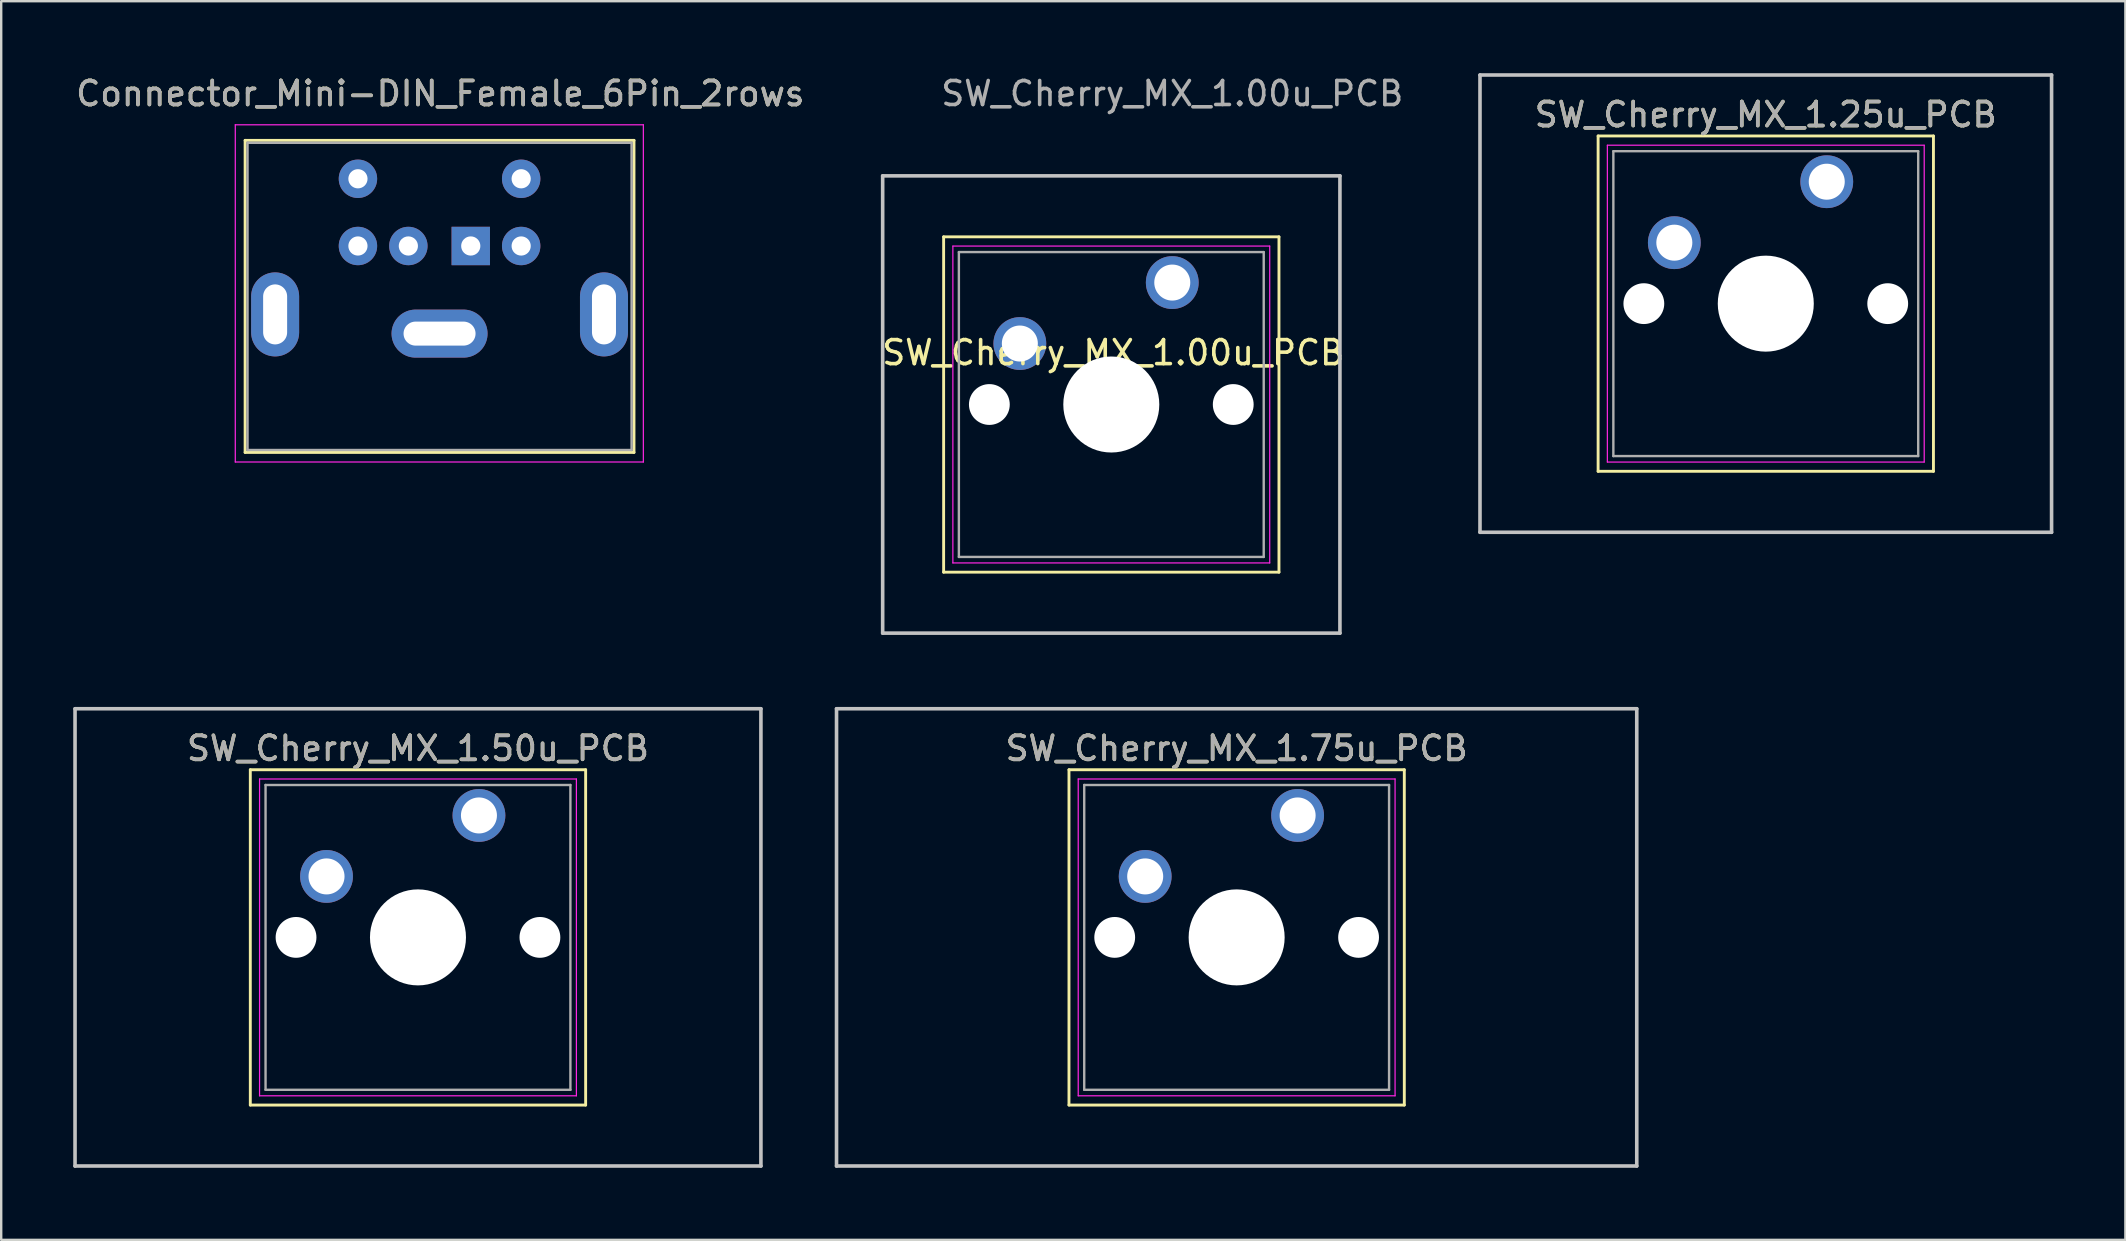
<source format=kicad_pcb>
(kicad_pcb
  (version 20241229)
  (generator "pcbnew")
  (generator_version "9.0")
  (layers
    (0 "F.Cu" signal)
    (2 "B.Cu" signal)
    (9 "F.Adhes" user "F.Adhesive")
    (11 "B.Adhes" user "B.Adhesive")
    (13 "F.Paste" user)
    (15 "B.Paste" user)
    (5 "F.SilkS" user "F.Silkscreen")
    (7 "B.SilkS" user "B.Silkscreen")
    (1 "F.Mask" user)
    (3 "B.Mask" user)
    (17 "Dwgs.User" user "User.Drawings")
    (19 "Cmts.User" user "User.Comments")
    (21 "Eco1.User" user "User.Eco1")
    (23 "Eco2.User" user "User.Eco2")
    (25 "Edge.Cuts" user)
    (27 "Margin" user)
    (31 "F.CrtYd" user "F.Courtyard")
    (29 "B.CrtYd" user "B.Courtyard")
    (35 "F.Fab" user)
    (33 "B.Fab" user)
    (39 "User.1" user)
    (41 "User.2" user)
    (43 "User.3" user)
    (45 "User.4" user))
  (footprint "SW_Cherry_MX_1.50u_PCB"
    (layer "F.Cu")
    (at 14.363 36.002)
    (property "Reference" "SW_Cherry_MX_1.50u_PCB" (at 0 -7.874 0) (layer "F.SilkS") (effects (font (size 1 1) (thickness 0.15))))
    (attr through_hole)
    (fp_line (start -6.985 -6.985) (end 6.985 -6.985) (stroke (width 0.12) (type solid)) (layer "F.SilkS"))
    (fp_line (start -6.985 6.985) (end -6.985 -6.985) (stroke (width 0.12) (type solid)) (layer "F.SilkS"))
    (fp_line (start 6.985 -6.985) (end 6.985 6.985) (stroke (width 0.12) (type solid)) (layer "F.SilkS"))
    (fp_line (start 6.985 6.985) (end -6.985 6.985) (stroke (width 0.12) (type solid)) (layer "F.SilkS"))
    (fp_line (start -14.287 -9.525) (end 14.287 -9.525) (stroke (width 0.15) (type solid)) (layer "Dwgs.User"))
    (fp_line (start -14.287 9.525) (end -14.287 -9.525) (stroke (width 0.15) (type solid)) (layer "Dwgs.User"))
    (fp_line (start 14.287 -9.525) (end 14.287 9.525) (stroke (width 0.15) (type solid)) (layer "Dwgs.User"))
    (fp_line (start 14.287 9.525) (end -14.287 9.525) (stroke (width 0.15) (type solid)) (layer "Dwgs.User"))
    (fp_line (start -6.6 -6.6) (end 6.6 -6.6) (stroke (width 0.05) (type solid)) (layer "F.CrtYd"))
    (fp_line (start -6.6 6.6) (end -6.6 -6.6) (stroke (width 0.05) (type solid)) (layer "F.CrtYd"))
    (fp_line (start 6.6 -6.6) (end 6.6 6.6) (stroke (width 0.05) (type solid)) (layer "F.CrtYd"))
    (fp_line (start 6.6 6.6) (end -6.6 6.6) (stroke (width 0.05) (type solid)) (layer "F.CrtYd"))
    (fp_line (start -6.35 -6.35) (end 6.35 -6.35) (stroke (width 0.1) (type solid)) (layer "F.Fab"))
    (fp_line (start -6.35 6.35) (end -6.35 -6.35) (stroke (width 0.1) (type solid)) (layer "F.Fab"))
    (fp_line (start 6.35 -6.35) (end 6.35 6.35) (stroke (width 0.1) (type solid)) (layer "F.Fab"))
    (fp_line (start 6.35 6.35) (end -6.35 6.35) (stroke (width 0.1) (type solid)) (layer "F.Fab"))
    (fp_text user "${REFERENCE}" (at 0 -7.874 0) (layer "F.Fab") (effects (font (size 1 1) (thickness 0.15))))
    (pad "" np_thru_hole circle (at -5.08 0) (size 1.7 1.7) (drill 1.7) (layers "*.Cu" "*.Mask"))
    (pad "" np_thru_hole circle (at 0 0) (size 4 4) (drill 4) (layers "*.Cu" "*.Mask"))
    (pad "" np_thru_hole circle (at 5.08 0) (size 1.7 1.7) (drill 1.7) (layers "*.Cu" "*.Mask"))
    (pad "1" thru_hole circle (at 2.54 -5.08) (size 2.2 2.2) (drill 1.5) (layers "*.Cu" "*.Mask"))
    (pad "2" thru_hole circle (at -3.81 -2.54) (size 2.2 2.2) (drill 1.5) (layers "*.Cu" "*.Mask")))
  (footprint "Connector_Mini-DIN_Female_6Pin_2rows"
    (layer "F.Cu")
    (at 15.262 9.298)
    (property "Reference" "Connector_Mini-DIN_Female_6Pin_2rows" (at 0.03 -8.45 0) (layer "F.SilkS") (effects (font (size 1 1) (thickness 0.15))))
    (attr through_hole)
    (fp_line (start -8.1 -6.5) (end -8.1 6.5) (stroke (width 0.12) (type solid)) (layer "F.SilkS"))
    (fp_line (start -8.1 -6.5) (end 8.1 -6.5) (stroke (width 0.12) (type solid)) (layer "F.SilkS"))
    (fp_line (start -8.1 6.5) (end 8.1 6.5) (stroke (width 0.12) (type solid)) (layer "F.SilkS"))
    (fp_line (start 8.1 -6.5) (end 8.1 6.5) (stroke (width 0.12) (type solid)) (layer "F.SilkS"))
    (fp_line (start -8.51 -7.15) (end -8.51 6.9) (stroke (width 0.05) (type solid)) (layer "F.CrtYd"))
    (fp_line (start -8.51 -7.15) (end 8.49 -7.15) (stroke (width 0.05) (type solid)) (layer "F.CrtYd"))
    (fp_line (start 8.49 6.9) (end -8.51 6.9) (stroke (width 0.05) (type solid)) (layer "F.CrtYd"))
    (fp_line (start 8.49 6.9) (end 8.49 -7.15) (stroke (width 0.05) (type solid)) (layer "F.CrtYd"))
    (fp_line (start -8 -6.4) (end 8 -6.4) (stroke (width 0.1) (type solid)) (layer "F.Fab"))
    (fp_line (start -8 6.4) (end -8 -6.4) (stroke (width 0.1) (type solid)) (layer "F.Fab"))
    (fp_line (start 8 -6.4) (end 8 6.4) (stroke (width 0.1) (type solid)) (layer "F.Fab"))
    (fp_line (start 8 6.4) (end -8 6.4) (stroke (width 0.1) (type solid)) (layer "F.Fab"))
    (fp_text user "${REFERENCE}" (at 0.03 -8.45 0) (layer "F.Fab") (effects (font (size 1 1) (thickness 0.15))))
    (pad "1" thru_hole rect (at 1.3 -2.1) (size 1.6 1.6) (drill 0.8) (layers "*.Cu" "*.Mask"))
    (pad "2" thru_hole circle (at -1.3 -2.1) (size 1.6 1.6) (drill 0.8) (layers "*.Cu" "*.Mask"))
    (pad "3" thru_hole circle (at 3.4 -2.1) (size 1.6 1.6) (drill 0.8) (layers "*.Cu" "*.Mask"))
    (pad "4" thru_hole circle (at -3.4 -2.1) (size 1.6 1.6) (drill 0.8) (layers "*.Cu" "*.Mask"))
    (pad "5" thru_hole circle (at 3.4 -4.9) (size 1.6 1.6) (drill 0.8) (layers "*.Cu" "*.Mask"))
    (pad "6" thru_hole circle (at -3.4 -4.9) (size 1.6 1.6) (drill 0.8) (layers "*.Cu" "*.Mask"))
    (pad "7" thru_hole oval (at -6.85 0.75) (size 2 3.5) (drill oval 1 2.5) (layers "*.Cu" "*.Mask"))
    (pad "7" thru_hole oval (at 0 1.55) (size 4 2) (drill oval 3 1) (layers "*.Cu" "*.Mask"))
    (pad "7" thru_hole oval (at 6.85 0.75) (size 2 3.5) (drill oval 1 2.5) (layers "*.Cu" "*.Mask")))
  (footprint "SW_Cherry_MX_1.00u_PCB"
    (layer "F.Cu")
    (at 43.247 13.802)
    (property "Reference" "SW_Cherry_MX_1.00u_PCB" (at 0.08 -2.16 0) (layer "F.SilkS") (effects (font (size 1 1) (thickness 0.15))))
    (attr through_hole)
    (fp_line (start -6.985 -6.985) (end 6.985 -6.985) (stroke (width 0.12) (type solid)) (layer "F.SilkS"))
    (fp_line (start -6.985 6.985) (end -6.985 -6.985) (stroke (width 0.12) (type solid)) (layer "F.SilkS"))
    (fp_line (start 6.985 -6.985) (end 6.985 6.985) (stroke (width 0.12) (type solid)) (layer "F.SilkS"))
    (fp_line (start 6.985 6.985) (end -6.985 6.985) (stroke (width 0.12) (type solid)) (layer "F.SilkS"))
    (fp_line (start -9.525 -9.525) (end 9.525 -9.525) (stroke (width 0.15) (type solid)) (layer "Dwgs.User"))
    (fp_line (start -9.525 9.525) (end -9.525 -9.525) (stroke (width 0.15) (type solid)) (layer "Dwgs.User"))
    (fp_line (start 9.525 -9.525) (end 9.525 9.525) (stroke (width 0.15) (type solid)) (layer "Dwgs.User"))
    (fp_line (start 9.525 9.525) (end -9.525 9.525) (stroke (width 0.15) (type solid)) (layer "Dwgs.User"))
    (fp_line (start -6.6 -6.6) (end 6.6 -6.6) (stroke (width 0.05) (type solid)) (layer "F.CrtYd"))
    (fp_line (start -6.6 6.6) (end -6.6 -6.6) (stroke (width 0.05) (type solid)) (layer "F.CrtYd"))
    (fp_line (start 6.6 -6.6) (end 6.6 6.6) (stroke (width 0.05) (type solid)) (layer "F.CrtYd"))
    (fp_line (start 6.6 6.6) (end -6.6 6.6) (stroke (width 0.05) (type solid)) (layer "F.CrtYd"))
    (fp_line (start -6.35 -6.35) (end 6.35 -6.35) (stroke (width 0.1) (type solid)) (layer "F.Fab"))
    (fp_line (start -6.35 6.35) (end -6.35 -6.35) (stroke (width 0.1) (type solid)) (layer "F.Fab"))
    (fp_line (start 6.35 -6.35) (end 6.35 6.35) (stroke (width 0.1) (type solid)) (layer "F.Fab"))
    (fp_line (start 6.35 6.35) (end -6.35 6.35) (stroke (width 0.1) (type solid)) (layer "F.Fab"))
    (fp_text user "${REFERENCE}" (at 2.54 -12.954 0) (layer "F.Fab") (effects (font (size 1 1) (thickness 0.15))))
    (pad "" np_thru_hole circle (at -5.08 0) (size 1.7 1.7) (drill 1.7) (layers "*.Cu" "*.Mask"))
    (pad "" np_thru_hole circle (at 0 0) (size 4 4) (drill 4) (layers "*.Cu" "*.Mask"))
    (pad "" np_thru_hole circle (at 5.08 0) (size 1.7 1.7) (drill 1.7) (layers "*.Cu" "*.Mask"))
    (pad "1" thru_hole circle (at 2.54 -5.08) (size 2.2 2.2) (drill 1.5) (layers "*.Cu" "*.Mask"))
    (pad "2" thru_hole circle (at -3.81 -2.54) (size 2.2 2.2) (drill 1.5) (layers "*.Cu" "*.Mask")))
  (footprint "SW_Cherry_MX_1.75u_PCB"
    (layer "F.Cu")
    (at 48.469 36.002)
    (property "Reference" "SW_Cherry_MX_1.75u_PCB" (at 0 -7.874 0) (layer "F.SilkS") (effects (font (size 1 1) (thickness 0.15))))
    (attr through_hole)
    (fp_line (start -6.985 -6.985) (end 6.985 -6.985) (stroke (width 0.12) (type solid)) (layer "F.SilkS"))
    (fp_line (start -6.985 6.985) (end -6.985 -6.985) (stroke (width 0.12) (type solid)) (layer "F.SilkS"))
    (fp_line (start 6.985 -6.985) (end 6.985 6.985) (stroke (width 0.12) (type solid)) (layer "F.SilkS"))
    (fp_line (start 6.985 6.985) (end -6.985 6.985) (stroke (width 0.12) (type solid)) (layer "F.SilkS"))
    (fp_line (start -16.669 -9.525) (end 16.669 -9.525) (stroke (width 0.15) (type solid)) (layer "Dwgs.User"))
    (fp_line (start -16.669 9.525) (end -16.669 -9.525) (stroke (width 0.15) (type solid)) (layer "Dwgs.User"))
    (fp_line (start 16.669 -9.525) (end 16.669 9.525) (stroke (width 0.15) (type solid)) (layer "Dwgs.User"))
    (fp_line (start 16.669 9.525) (end -16.669 9.525) (stroke (width 0.15) (type solid)) (layer "Dwgs.User"))
    (fp_line (start -6.6 -6.6) (end 6.6 -6.6) (stroke (width 0.05) (type solid)) (layer "F.CrtYd"))
    (fp_line (start -6.6 6.6) (end -6.6 -6.6) (stroke (width 0.05) (type solid)) (layer "F.CrtYd"))
    (fp_line (start 6.6 -6.6) (end 6.6 6.6) (stroke (width 0.05) (type solid)) (layer "F.CrtYd"))
    (fp_line (start 6.6 6.6) (end -6.6 6.6) (stroke (width 0.05) (type solid)) (layer "F.CrtYd"))
    (fp_line (start -6.35 -6.35) (end 6.35 -6.35) (stroke (width 0.1) (type solid)) (layer "F.Fab"))
    (fp_line (start -6.35 6.35) (end -6.35 -6.35) (stroke (width 0.1) (type solid)) (layer "F.Fab"))
    (fp_line (start 6.35 -6.35) (end 6.35 6.35) (stroke (width 0.1) (type solid)) (layer "F.Fab"))
    (fp_line (start 6.35 6.35) (end -6.35 6.35) (stroke (width 0.1) (type solid)) (layer "F.Fab"))
    (fp_text user "${REFERENCE}" (at 0 -7.874 0) (layer "F.Fab") (effects (font (size 1 1) (thickness 0.15))))
    (pad "" np_thru_hole circle (at -5.08 0) (size 1.7 1.7) (drill 1.7) (layers "*.Cu" "*.Mask"))
    (pad "" np_thru_hole circle (at 0 0) (size 4 4) (drill 4) (layers "*.Cu" "*.Mask"))
    (pad "" np_thru_hole circle (at 5.08 0) (size 1.7 1.7) (drill 1.7) (layers "*.Cu" "*.Mask"))
    (pad "1" thru_hole circle (at 2.54 -5.08) (size 2.2 2.2) (drill 1.5) (layers "*.Cu" "*.Mask"))
    (pad "2" thru_hole circle (at -3.81 -2.54) (size 2.2 2.2) (drill 1.5) (layers "*.Cu" "*.Mask")))
  (footprint "SW_Cherry_MX_1.25u_PCB"
    (layer "F.Cu")
    (at 70.513 9.6)
    (property "Reference" "SW_Cherry_MX_1.25u_PCB" (at 0 -7.874 0) (layer "F.SilkS") (effects (font (size 1 1) (thickness 0.15))))
    (attr through_hole)
    (fp_line (start -6.985 -6.985) (end 6.985 -6.985) (stroke (width 0.12) (type solid)) (layer "F.SilkS"))
    (fp_line (start -6.985 6.985) (end -6.985 -6.985) (stroke (width 0.12) (type solid)) (layer "F.SilkS"))
    (fp_line (start 6.985 -6.985) (end 6.985 6.985) (stroke (width 0.12) (type solid)) (layer "F.SilkS"))
    (fp_line (start 6.985 6.985) (end -6.985 6.985) (stroke (width 0.12) (type solid)) (layer "F.SilkS"))
    (fp_line (start -11.906 -9.525) (end 11.906 -9.525) (stroke (width 0.15) (type solid)) (layer "Dwgs.User"))
    (fp_line (start -11.906 9.525) (end -11.906 -9.525) (stroke (width 0.15) (type solid)) (layer "Dwgs.User"))
    (fp_line (start 11.906 -9.525) (end 11.906 9.525) (stroke (width 0.15) (type solid)) (layer "Dwgs.User"))
    (fp_line (start 11.906 9.525) (end -11.906 9.525) (stroke (width 0.15) (type solid)) (layer "Dwgs.User"))
    (fp_line (start -6.6 -6.6) (end 6.6 -6.6) (stroke (width 0.05) (type solid)) (layer "F.CrtYd"))
    (fp_line (start -6.6 6.6) (end -6.6 -6.6) (stroke (width 0.05) (type solid)) (layer "F.CrtYd"))
    (fp_line (start 6.6 -6.6) (end 6.6 6.6) (stroke (width 0.05) (type solid)) (layer "F.CrtYd"))
    (fp_line (start 6.6 6.6) (end -6.6 6.6) (stroke (width 0.05) (type solid)) (layer "F.CrtYd"))
    (fp_line (start -6.35 -6.35) (end 6.35 -6.35) (stroke (width 0.1) (type solid)) (layer "F.Fab"))
    (fp_line (start -6.35 6.35) (end -6.35 -6.35) (stroke (width 0.1) (type solid)) (layer "F.Fab"))
    (fp_line (start 6.35 -6.35) (end 6.35 6.35) (stroke (width 0.1) (type solid)) (layer "F.Fab"))
    (fp_line (start 6.35 6.35) (end -6.35 6.35) (stroke (width 0.1) (type solid)) (layer "F.Fab"))
    (fp_text user "${REFERENCE}" (at 0 -7.874 0) (layer "F.Fab") (effects (font (size 1 1) (thickness 0.15))))
    (pad "" np_thru_hole circle (at -5.08 0) (size 1.7 1.7) (drill 1.7) (layers "*.Cu" "*.Mask"))
    (pad "" np_thru_hole circle (at 0 0) (size 4 4) (drill 4) (layers "*.Cu" "*.Mask"))
    (pad "" np_thru_hole circle (at 5.08 0) (size 1.7 1.7) (drill 1.7) (layers "*.Cu" "*.Mask"))
    (pad "1" thru_hole circle (at 2.54 -5.08) (size 2.2 2.2) (drill 1.5) (layers "*.Cu" "*.Mask"))
    (pad "2" thru_hole circle (at -3.81 -2.54) (size 2.2 2.2) (drill 1.5) (layers "*.Cu" "*.Mask")))
  (gr_rect
    (start -3 -3)
    (end 85.494 48.602)
    (stroke (width 0.1) (type default))
    (fill no)
    (layer "Edge.Cuts")))
</source>
